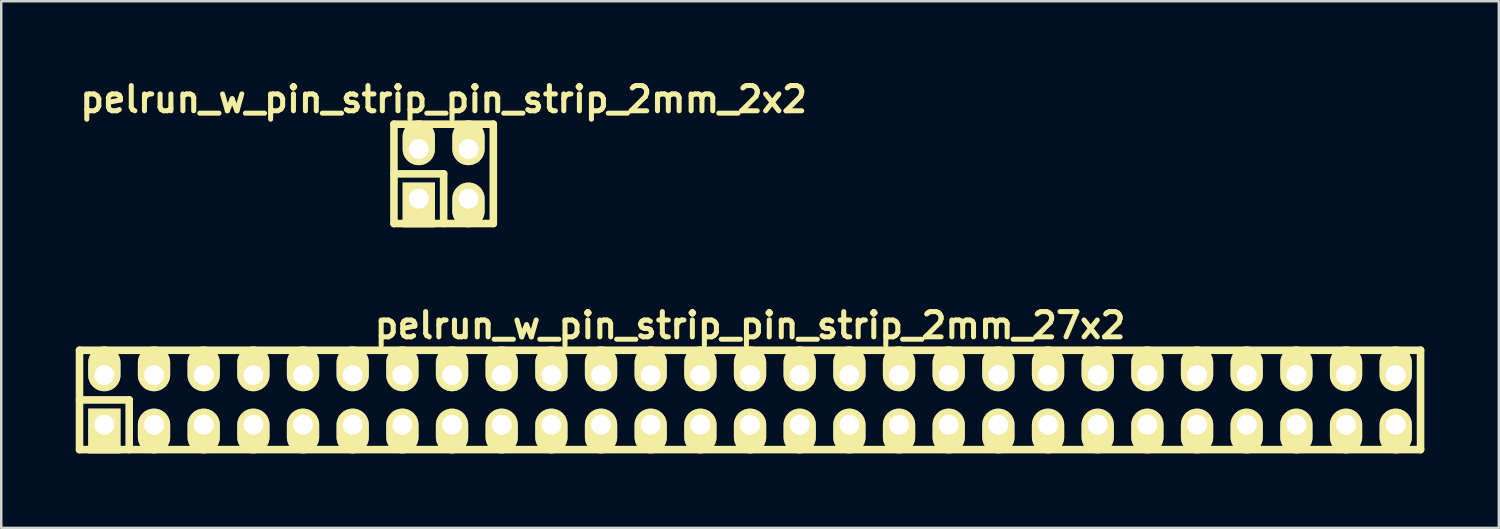
<source format=kicad_pcb>
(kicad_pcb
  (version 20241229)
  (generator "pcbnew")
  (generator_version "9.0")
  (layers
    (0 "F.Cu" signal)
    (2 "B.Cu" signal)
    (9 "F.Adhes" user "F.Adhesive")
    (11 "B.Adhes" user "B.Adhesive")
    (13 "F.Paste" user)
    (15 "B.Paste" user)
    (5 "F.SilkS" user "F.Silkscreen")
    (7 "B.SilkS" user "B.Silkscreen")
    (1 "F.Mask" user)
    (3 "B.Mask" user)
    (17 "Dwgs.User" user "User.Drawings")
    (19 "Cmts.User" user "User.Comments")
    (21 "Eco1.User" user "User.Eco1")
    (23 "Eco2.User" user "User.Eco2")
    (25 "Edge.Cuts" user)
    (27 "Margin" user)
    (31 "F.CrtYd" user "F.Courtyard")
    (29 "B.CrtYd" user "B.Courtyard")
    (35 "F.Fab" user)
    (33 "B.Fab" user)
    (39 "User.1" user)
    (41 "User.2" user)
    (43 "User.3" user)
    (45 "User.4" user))
  (footprint "pelrun_w_pin_strip_pin_strip_2mm_27x2"
    (layer "F.Cu")
    (at 27.152 13.054)
    (property "Reference" "pelrun_w_pin_strip_pin_strip_2mm_27x2" (at 0 -3 0) (layer "F.SilkS") (effects (font (size 1.016 1.016) (thickness 0.203))))
    (attr through_hole)
    (fp_line (start -27 -2) (end 27 -2) (stroke (width 0.305) (type solid)) (layer "F.SilkS"))
    (fp_line (start -27 0) (end -25 0) (stroke (width 0.305) (type solid)) (layer "F.SilkS"))
    (fp_line (start -27 2) (end -27 -2) (stroke (width 0.305) (type solid)) (layer "F.SilkS"))
    (fp_line (start -25 0) (end -25 2) (stroke (width 0.305) (type solid)) (layer "F.SilkS"))
    (fp_line (start 27 -2) (end 27 2) (stroke (width 0.305) (type solid)) (layer "F.SilkS"))
    (fp_line (start 27 2) (end -27 2) (stroke (width 0.305) (type solid)) (layer "F.SilkS"))
    (pad "1" thru_hole rect (at -26 1) (size 1.3 1.8) (drill 0.8 (offset 0 0.25)) (layers "*.Cu" "*.Mask" "F.SilkS"))
    (pad "2" thru_hole oval (at -26 -1) (size 1.3 1.8) (drill 0.8 (offset 0 -0.25)) (layers "*.Cu" "*.Mask" "F.SilkS"))
    (pad "3" thru_hole oval (at -24 1) (size 1.3 1.8) (drill 0.8 (offset 0 0.25)) (layers "*.Cu" "*.Mask" "F.SilkS"))
    (pad "4" thru_hole oval (at -24 -1) (size 1.3 1.8) (drill 0.8 (offset 0 -0.25)) (layers "*.Cu" "*.Mask" "F.SilkS"))
    (pad "5" thru_hole oval (at -22 1) (size 1.3 1.8) (drill 0.8 (offset 0 0.25)) (layers "*.Cu" "*.Mask" "F.SilkS"))
    (pad "6" thru_hole oval (at -22 -1) (size 1.3 1.8) (drill 0.8 (offset 0 -0.25)) (layers "*.Cu" "*.Mask" "F.SilkS"))
    (pad "7" thru_hole oval (at -20 1) (size 1.3 1.8) (drill 0.8 (offset 0 0.25)) (layers "*.Cu" "*.Mask" "F.SilkS"))
    (pad "8" thru_hole oval (at -20 -1) (size 1.3 1.8) (drill 0.8 (offset 0 -0.25)) (layers "*.Cu" "*.Mask" "F.SilkS"))
    (pad "9" thru_hole oval (at -18 1) (size 1.3 1.8) (drill 0.8 (offset 0 0.25)) (layers "*.Cu" "*.Mask" "F.SilkS"))
    (pad "10" thru_hole oval (at -18 -1) (size 1.3 1.8) (drill 0.8 (offset 0 -0.25)) (layers "*.Cu" "*.Mask" "F.SilkS"))
    (pad "11" thru_hole oval (at -16 1) (size 1.3 1.8) (drill 0.8 (offset 0 0.25)) (layers "*.Cu" "*.Mask" "F.SilkS"))
    (pad "12" thru_hole oval (at -16 -1) (size 1.3 1.8) (drill 0.8 (offset 0 -0.25)) (layers "*.Cu" "*.Mask" "F.SilkS"))
    (pad "13" thru_hole oval (at -14 1) (size 1.3 1.8) (drill 0.8 (offset 0 0.25)) (layers "*.Cu" "*.Mask" "F.SilkS"))
    (pad "14" thru_hole oval (at -14 -1) (size 1.3 1.8) (drill 0.8 (offset 0 -0.25)) (layers "*.Cu" "*.Mask" "F.SilkS"))
    (pad "15" thru_hole oval (at -12 1) (size 1.3 1.8) (drill 0.8 (offset 0 0.25)) (layers "*.Cu" "*.Mask" "F.SilkS"))
    (pad "16" thru_hole oval (at -12 -1) (size 1.3 1.8) (drill 0.8 (offset 0 -0.25)) (layers "*.Cu" "*.Mask" "F.SilkS"))
    (pad "17" thru_hole oval (at -10 1) (size 1.3 1.8) (drill 0.8 (offset 0 0.25)) (layers "*.Cu" "*.Mask" "F.SilkS"))
    (pad "18" thru_hole oval (at -10 -1) (size 1.3 1.8) (drill 0.8 (offset 0 -0.25)) (layers "*.Cu" "*.Mask" "F.SilkS"))
    (pad "19" thru_hole oval (at -8 1) (size 1.3 1.8) (drill 0.8 (offset 0 0.25)) (layers "*.Cu" "*.Mask" "F.SilkS"))
    (pad "20" thru_hole oval (at -8 -1) (size 1.3 1.8) (drill 0.8 (offset 0 -0.25)) (layers "*.Cu" "*.Mask" "F.SilkS"))
    (pad "21" thru_hole oval (at -6 1) (size 1.3 1.8) (drill 0.8 (offset 0 0.25)) (layers "*.Cu" "*.Mask" "F.SilkS"))
    (pad "22" thru_hole oval (at -6 -1) (size 1.3 1.8) (drill 0.8 (offset 0 -0.25)) (layers "*.Cu" "*.Mask" "F.SilkS"))
    (pad "23" thru_hole oval (at -4 1) (size 1.3 1.8) (drill 0.8 (offset 0 0.25)) (layers "*.Cu" "*.Mask" "F.SilkS"))
    (pad "24" thru_hole oval (at -4 -1) (size 1.3 1.8) (drill 0.8 (offset 0 -0.25)) (layers "*.Cu" "*.Mask" "F.SilkS"))
    (pad "25" thru_hole oval (at -2 1) (size 1.3 1.8) (drill 0.8 (offset 0 0.25)) (layers "*.Cu" "*.Mask" "F.SilkS"))
    (pad "26" thru_hole oval (at -2 -1) (size 1.3 1.8) (drill 0.8 (offset 0 -0.25)) (layers "*.Cu" "*.Mask" "F.SilkS"))
    (pad "27" thru_hole oval (at 0 1) (size 1.3 1.8) (drill 0.8 (offset 0 0.25)) (layers "*.Cu" "*.Mask" "F.SilkS"))
    (pad "28" thru_hole oval (at 0 -1) (size 1.3 1.8) (drill 0.8 (offset 0 -0.25)) (layers "*.Cu" "*.Mask" "F.SilkS"))
    (pad "29" thru_hole oval (at 2 1) (size 1.3 1.8) (drill 0.8 (offset 0 0.25)) (layers "*.Cu" "*.Mask" "F.SilkS"))
    (pad "30" thru_hole oval (at 2 -1) (size 1.3 1.8) (drill 0.8 (offset 0 -0.25)) (layers "*.Cu" "*.Mask" "F.SilkS"))
    (pad "31" thru_hole oval (at 4 1) (size 1.3 1.8) (drill 0.8 (offset 0 0.25)) (layers "*.Cu" "*.Mask" "F.SilkS"))
    (pad "32" thru_hole oval (at 4 -1) (size 1.3 1.8) (drill 0.8 (offset 0 -0.25)) (layers "*.Cu" "*.Mask" "F.SilkS"))
    (pad "33" thru_hole oval (at 6 1) (size 1.3 1.8) (drill 0.8 (offset 0 0.25)) (layers "*.Cu" "*.Mask" "F.SilkS"))
    (pad "34" thru_hole oval (at 6 -1) (size 1.3 1.8) (drill 0.8 (offset 0 -0.25)) (layers "*.Cu" "*.Mask" "F.SilkS"))
    (pad "35" thru_hole oval (at 8 1) (size 1.3 1.8) (drill 0.8 (offset 0 0.25)) (layers "*.Cu" "*.Mask" "F.SilkS"))
    (pad "36" thru_hole oval (at 8 -1) (size 1.3 1.8) (drill 0.8 (offset 0 -0.25)) (layers "*.Cu" "*.Mask" "F.SilkS"))
    (pad "37" thru_hole oval (at 10 1) (size 1.3 1.8) (drill 0.8 (offset 0 0.25)) (layers "*.Cu" "*.Mask" "F.SilkS"))
    (pad "38" thru_hole oval (at 10 -1) (size 1.3 1.8) (drill 0.8 (offset 0 -0.25)) (layers "*.Cu" "*.Mask" "F.SilkS"))
    (pad "39" thru_hole oval (at 12 1) (size 1.3 1.8) (drill 0.8 (offset 0 0.25)) (layers "*.Cu" "*.Mask" "F.SilkS"))
    (pad "40" thru_hole oval (at 12 -1) (size 1.3 1.8) (drill 0.8 (offset 0 -0.25)) (layers "*.Cu" "*.Mask" "F.SilkS"))
    (pad "41" thru_hole oval (at 14 1) (size 1.3 1.8) (drill 0.8 (offset 0 0.25)) (layers "*.Cu" "*.Mask" "F.SilkS"))
    (pad "42" thru_hole oval (at 14 -1) (size 1.3 1.8) (drill 0.8 (offset 0 -0.25)) (layers "*.Cu" "*.Mask" "F.SilkS"))
    (pad "43" thru_hole oval (at 16 1) (size 1.3 1.8) (drill 0.8 (offset 0 0.25)) (layers "*.Cu" "*.Mask" "F.SilkS"))
    (pad "44" thru_hole oval (at 16 -1) (size 1.3 1.8) (drill 0.8 (offset 0 -0.25)) (layers "*.Cu" "*.Mask" "F.SilkS"))
    (pad "45" thru_hole oval (at 18 1) (size 1.3 1.8) (drill 0.8 (offset 0 0.25)) (layers "*.Cu" "*.Mask" "F.SilkS"))
    (pad "46" thru_hole oval (at 18 -1) (size 1.3 1.8) (drill 0.8 (offset 0 -0.25)) (layers "*.Cu" "*.Mask" "F.SilkS"))
    (pad "47" thru_hole oval (at 20 1) (size 1.3 1.8) (drill 0.8 (offset 0 0.25)) (layers "*.Cu" "*.Mask" "F.SilkS"))
    (pad "48" thru_hole oval (at 20 -1) (size 1.3 1.8) (drill 0.8 (offset 0 -0.25)) (layers "*.Cu" "*.Mask" "F.SilkS"))
    (pad "49" thru_hole oval (at 22 1) (size 1.3 1.8) (drill 0.8 (offset 0 0.25)) (layers "*.Cu" "*.Mask" "F.SilkS"))
    (pad "50" thru_hole oval (at 22 -1) (size 1.3 1.8) (drill 0.8 (offset 0 -0.25)) (layers "*.Cu" "*.Mask" "F.SilkS"))
    (pad "51" thru_hole oval (at 24 1) (size 1.3 1.8) (drill 0.8 (offset 0 0.25)) (layers "*.Cu" "*.Mask" "F.SilkS"))
    (pad "52" thru_hole oval (at 24 -1) (size 1.3 1.8) (drill 0.8 (offset 0 -0.25)) (layers "*.Cu" "*.Mask" "F.SilkS"))
    (pad "53" thru_hole oval (at 26 1) (size 1.3 1.8) (drill 0.8 (offset 0 0.25)) (layers "*.Cu" "*.Mask" "F.SilkS"))
    (pad "54" thru_hole oval (at 26 -1) (size 1.3 1.8) (drill 0.8 (offset 0 -0.25)) (layers "*.Cu" "*.Mask" "F.SilkS")))
  (footprint "pelrun_w_pin_strip_pin_strip_2mm_2x2"
    (layer "F.Cu")
    (at 14.814 3.951)
    (property "Reference" "pelrun_w_pin_strip_pin_strip_2mm_2x2" (at 0 -3 0) (layer "F.SilkS") (effects (font (size 1.016 1.016) (thickness 0.203))))
    (attr through_hole)
    (fp_line (start -2 -2) (end 2 -2) (stroke (width 0.305) (type solid)) (layer "F.SilkS"))
    (fp_line (start -2 0) (end 0 0) (stroke (width 0.305) (type solid)) (layer "F.SilkS"))
    (fp_line (start -2 2) (end -2 -2) (stroke (width 0.305) (type solid)) (layer "F.SilkS"))
    (fp_line (start 0 0) (end 0 2) (stroke (width 0.305) (type solid)) (layer "F.SilkS"))
    (fp_line (start 2 -2) (end 2 2) (stroke (width 0.305) (type solid)) (layer "F.SilkS"))
    (fp_line (start 2 2) (end -2 2) (stroke (width 0.305) (type solid)) (layer "F.SilkS"))
    (pad "1" thru_hole rect (at -1 1) (size 1.3 1.8) (drill 0.8 (offset 0 0.25)) (layers "*.Cu" "*.Mask" "F.SilkS"))
    (pad "2" thru_hole oval (at -1 -1) (size 1.3 1.8) (drill 0.8 (offset 0 -0.25)) (layers "*.Cu" "*.Mask" "F.SilkS"))
    (pad "3" thru_hole oval (at 1 1) (size 1.3 1.8) (drill 0.8 (offset 0 0.25)) (layers "*.Cu" "*.Mask" "F.SilkS"))
    (pad "4" thru_hole oval (at 1 -1) (size 1.3 1.8) (drill 0.8 (offset 0 -0.25)) (layers "*.Cu" "*.Mask" "F.SilkS")))
  (gr_rect
    (start -3 -3)
    (end 57.305 18.207)
    (stroke (width 0.1) (type default))
    (fill no)
    (layer "Edge.Cuts")))
</source>
